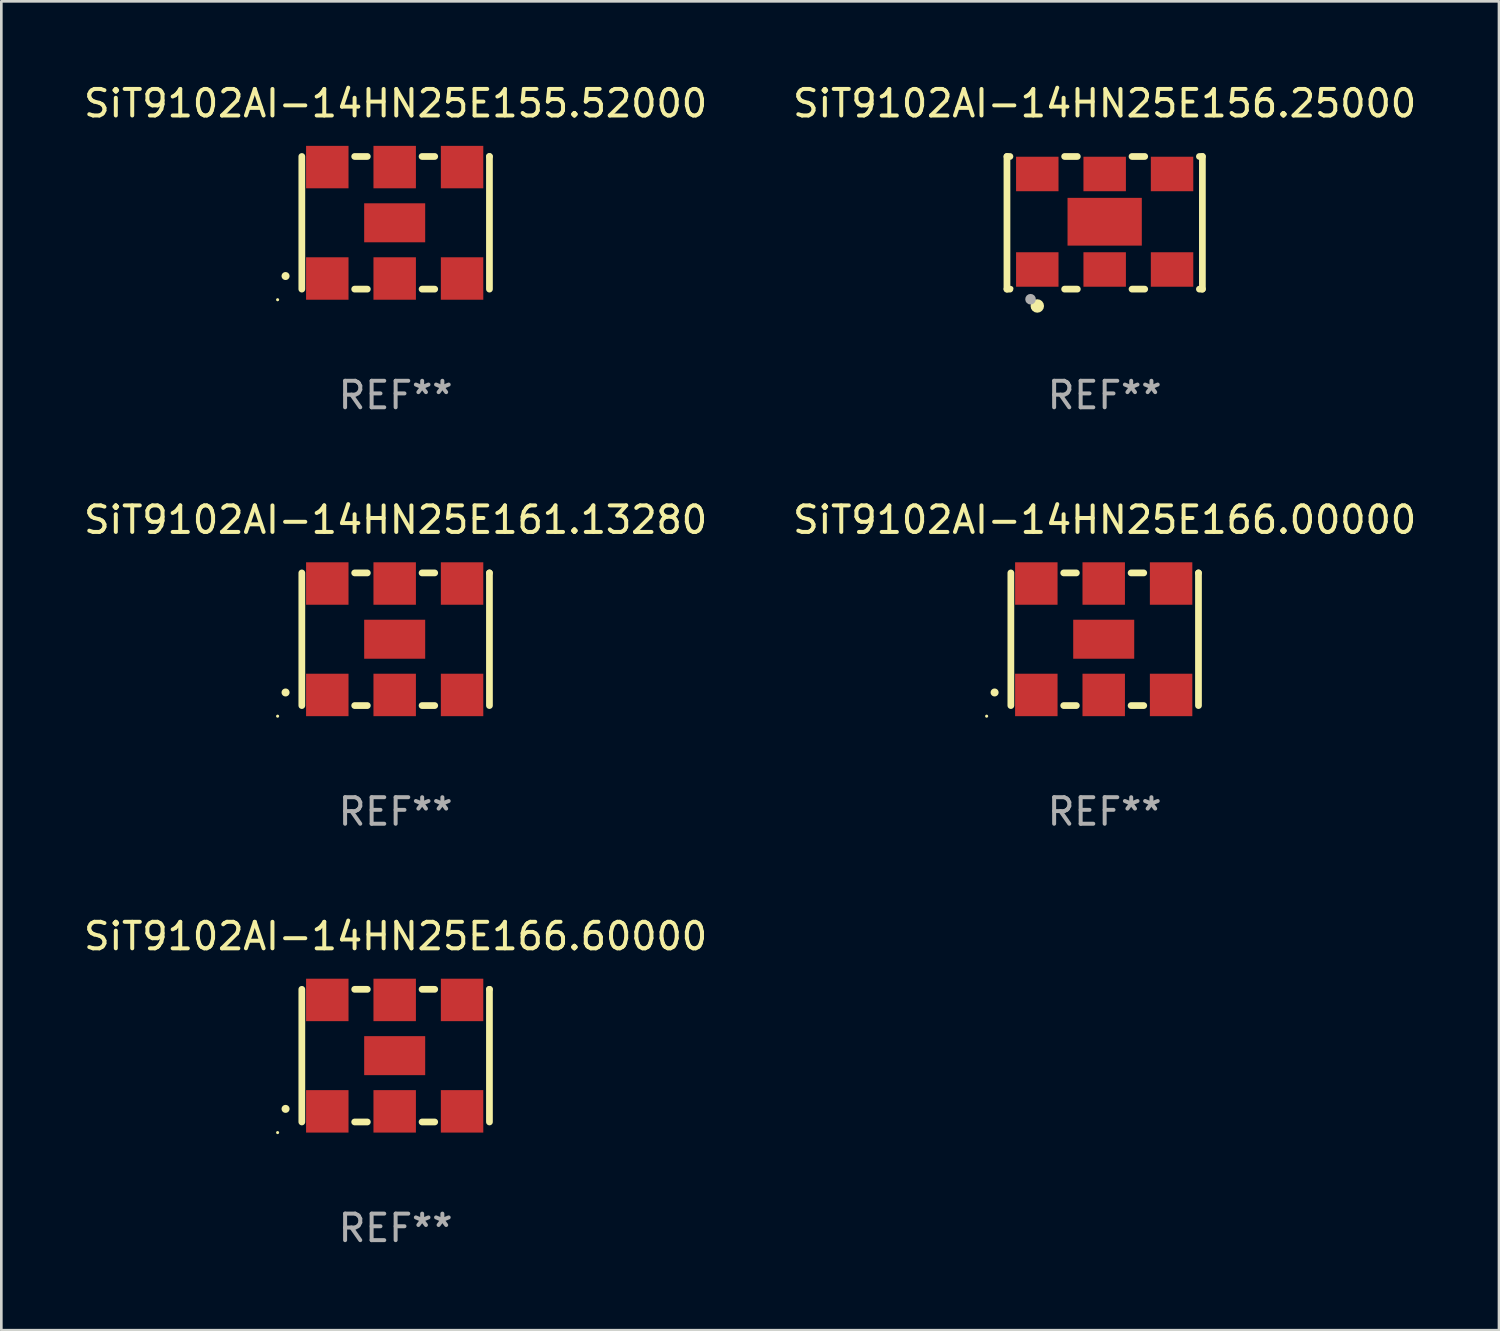
<source format=kicad_pcb>
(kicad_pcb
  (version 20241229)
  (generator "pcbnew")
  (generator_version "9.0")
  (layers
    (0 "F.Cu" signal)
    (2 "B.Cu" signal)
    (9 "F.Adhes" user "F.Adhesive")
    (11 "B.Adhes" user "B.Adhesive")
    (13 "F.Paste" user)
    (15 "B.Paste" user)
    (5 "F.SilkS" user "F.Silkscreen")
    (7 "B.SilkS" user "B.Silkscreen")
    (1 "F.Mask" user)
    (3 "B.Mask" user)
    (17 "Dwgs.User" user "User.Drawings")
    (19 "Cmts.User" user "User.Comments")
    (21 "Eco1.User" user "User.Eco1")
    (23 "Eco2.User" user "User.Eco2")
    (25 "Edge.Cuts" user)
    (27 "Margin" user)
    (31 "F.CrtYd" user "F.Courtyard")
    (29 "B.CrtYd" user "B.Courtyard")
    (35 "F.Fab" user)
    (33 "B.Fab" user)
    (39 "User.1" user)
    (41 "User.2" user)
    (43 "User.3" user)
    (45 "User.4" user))
  (footprint "SiT9102AI-14HN25E161.13280"
    (layer "F.Cu")
    (at 11.863 21.045)
    (property "Reference" "SiT9102AI-14HN25E161.13280" (at 0 -4.5 0) (layer "F.SilkS") (effects (font (size 1 1) (thickness 0.15))))
    (attr through_hole)
    (fp_line (start -3.536 -2.5) (end -3.536 2.5) (stroke (width 0.254) (type solid)) (layer "F.SilkS"))
    (fp_line (start -1.544 2.5) (end -1.067 2.5) (stroke (width 0.254) (type solid)) (layer "F.SilkS"))
    (fp_line (start -1.067 -2.5) (end -1.544 -2.5) (stroke (width 0.254) (type solid)) (layer "F.SilkS"))
    (fp_line (start 0.996 2.5) (end 1.473 2.5) (stroke (width 0.254) (type solid)) (layer "F.SilkS"))
    (fp_line (start 1.473 -2.5) (end 0.996 -2.5) (stroke (width 0.254) (type solid)) (layer "F.SilkS"))
    (fp_line (start 3.536 -2.5) (end 3.536 -2.5) (stroke (width 0.254) (type solid)) (layer "F.SilkS"))
    (fp_line (start 3.536 2.5) (end 3.536 -2.5) (stroke (width 0.254) (type solid)) (layer "F.SilkS"))
    (fp_arc (start -4.150432 2.006604) (mid -4.149162 2.006599) (end -4.147892 2.006604) (stroke (width 0.3) (type solid)) (layer "F.SilkS"))
    (fp_circle (center -4.449 2.9) (end -4.419 2.9) (stroke (width 0.06) (type solid)) (fill no) (layer "F.SilkS"))
    (fp_text user "REF**" (at 0 6.5 0) (layer "F.Fab") (effects (font (size 1 1) (thickness 0.15))))
    (pad "1" smd rect (at -2.576 2.1) (size 1.6 1.6) (layers "F.Cu" "F.Mask" "F.Paste"))
    (pad "2" smd rect (at -0.036 2.1) (size 1.6 1.6) (layers "F.Cu" "F.Mask" "F.Paste"))
    (pad "3" smd rect (at 2.504 2.1) (size 1.6 1.6) (layers "F.Cu" "F.Mask" "F.Paste"))
    (pad "4" smd rect (at 2.504 -2.1) (size 1.6 1.6) (layers "F.Cu" "F.Mask" "F.Paste"))
    (pad "5" smd rect (at -0.036 -2.1) (size 1.6 1.6) (layers "F.Cu" "F.Mask" "F.Paste"))
    (pad "6" smd rect (at -2.576 -2.1) (size 1.6 1.6) (layers "F.Cu" "F.Mask" "F.Paste"))
    (pad "7" smd rect (at -0.036 0) (size 2.3 1.47) (layers "F.Cu" "F.Mask" "F.Paste")))
  (footprint "SiT9102AI-14HN25E155.52000"
    (layer "F.Cu")
    (at 11.863 5.348)
    (property "Reference" "SiT9102AI-14HN25E155.52000" (at 0 -4.5 0) (layer "F.SilkS") (effects (font (size 1 1) (thickness 0.15))))
    (attr through_hole)
    (fp_line (start -3.536 -2.5) (end -3.536 2.5) (stroke (width 0.254) (type solid)) (layer "F.SilkS"))
    (fp_line (start -1.544 2.5) (end -1.067 2.5) (stroke (width 0.254) (type solid)) (layer "F.SilkS"))
    (fp_line (start -1.067 -2.5) (end -1.544 -2.5) (stroke (width 0.254) (type solid)) (layer "F.SilkS"))
    (fp_line (start 0.996 2.5) (end 1.473 2.5) (stroke (width 0.254) (type solid)) (layer "F.SilkS"))
    (fp_line (start 1.473 -2.5) (end 0.996 -2.5) (stroke (width 0.254) (type solid)) (layer "F.SilkS"))
    (fp_line (start 3.536 -2.5) (end 3.536 -2.5) (stroke (width 0.254) (type solid)) (layer "F.SilkS"))
    (fp_line (start 3.536 2.5) (end 3.536 -2.5) (stroke (width 0.254) (type solid)) (layer "F.SilkS"))
    (fp_arc (start -4.150432 2.006604) (mid -4.149162 2.006599) (end -4.147892 2.006604) (stroke (width 0.3) (type solid)) (layer "F.SilkS"))
    (fp_circle (center -4.449 2.9) (end -4.419 2.9) (stroke (width 0.06) (type solid)) (fill no) (layer "F.SilkS"))
    (fp_text user "REF**" (at 0 6.5 0) (layer "F.Fab") (effects (font (size 1 1) (thickness 0.15))))
    (pad "1" smd rect (at -2.576 2.1) (size 1.6 1.6) (layers "F.Cu" "F.Mask" "F.Paste"))
    (pad "2" smd rect (at -0.036 2.1) (size 1.6 1.6) (layers "F.Cu" "F.Mask" "F.Paste"))
    (pad "3" smd rect (at 2.504 2.1) (size 1.6 1.6) (layers "F.Cu" "F.Mask" "F.Paste"))
    (pad "4" smd rect (at 2.504 -2.1) (size 1.6 1.6) (layers "F.Cu" "F.Mask" "F.Paste"))
    (pad "5" smd rect (at -0.036 -2.1) (size 1.6 1.6) (layers "F.Cu" "F.Mask" "F.Paste"))
    (pad "6" smd rect (at -2.576 -2.1) (size 1.6 1.6) (layers "F.Cu" "F.Mask" "F.Paste"))
    (pad "7" smd rect (at -0.036 0) (size 2.3 1.47) (layers "F.Cu" "F.Mask" "F.Paste")))
  (footprint "SiT9102AI-14HN25E166.60000"
    (layer "F.Cu")
    (at 11.863 36.741)
    (property "Reference" "SiT9102AI-14HN25E166.60000" (at 0 -4.5 0) (layer "F.SilkS") (effects (font (size 1 1) (thickness 0.15))))
    (attr through_hole)
    (fp_line (start -3.536 -2.5) (end -3.536 2.5) (stroke (width 0.254) (type solid)) (layer "F.SilkS"))
    (fp_line (start -1.544 2.5) (end -1.067 2.5) (stroke (width 0.254) (type solid)) (layer "F.SilkS"))
    (fp_line (start -1.067 -2.5) (end -1.544 -2.5) (stroke (width 0.254) (type solid)) (layer "F.SilkS"))
    (fp_line (start 0.996 2.5) (end 1.473 2.5) (stroke (width 0.254) (type solid)) (layer "F.SilkS"))
    (fp_line (start 1.473 -2.5) (end 0.996 -2.5) (stroke (width 0.254) (type solid)) (layer "F.SilkS"))
    (fp_line (start 3.536 -2.5) (end 3.536 -2.5) (stroke (width 0.254) (type solid)) (layer "F.SilkS"))
    (fp_line (start 3.536 2.5) (end 3.536 -2.5) (stroke (width 0.254) (type solid)) (layer "F.SilkS"))
    (fp_arc (start -4.150432 2.006604) (mid -4.149162 2.006599) (end -4.147892 2.006604) (stroke (width 0.3) (type solid)) (layer "F.SilkS"))
    (fp_circle (center -4.449 2.9) (end -4.419 2.9) (stroke (width 0.06) (type solid)) (fill no) (layer "F.SilkS"))
    (fp_text user "REF**" (at 0 6.5 0) (layer "F.Fab") (effects (font (size 1 1) (thickness 0.15))))
    (pad "1" smd rect (at -2.576 2.1) (size 1.6 1.6) (layers "F.Cu" "F.Mask" "F.Paste"))
    (pad "2" smd rect (at -0.036 2.1) (size 1.6 1.6) (layers "F.Cu" "F.Mask" "F.Paste"))
    (pad "3" smd rect (at 2.504 2.1) (size 1.6 1.6) (layers "F.Cu" "F.Mask" "F.Paste"))
    (pad "4" smd rect (at 2.504 -2.1) (size 1.6 1.6) (layers "F.Cu" "F.Mask" "F.Paste"))
    (pad "5" smd rect (at -0.036 -2.1) (size 1.6 1.6) (layers "F.Cu" "F.Mask" "F.Paste"))
    (pad "6" smd rect (at -2.576 -2.1) (size 1.6 1.6) (layers "F.Cu" "F.Mask" "F.Paste"))
    (pad "7" smd rect (at -0.036 0) (size 2.3 1.47) (layers "F.Cu" "F.Mask" "F.Paste")))
  (footprint "SiT9102AI-14HN25E166.00000"
    (layer "F.Cu")
    (at 38.589 21.045)
    (property "Reference" "SiT9102AI-14HN25E166.00000" (at 0 -4.5 0) (layer "F.SilkS") (effects (font (size 1 1) (thickness 0.15))))
    (attr through_hole)
    (fp_line (start -3.536 -2.5) (end -3.536 2.5) (stroke (width 0.254) (type solid)) (layer "F.SilkS"))
    (fp_line (start -1.544 2.5) (end -1.067 2.5) (stroke (width 0.254) (type solid)) (layer "F.SilkS"))
    (fp_line (start -1.067 -2.5) (end -1.544 -2.5) (stroke (width 0.254) (type solid)) (layer "F.SilkS"))
    (fp_line (start 0.996 2.5) (end 1.473 2.5) (stroke (width 0.254) (type solid)) (layer "F.SilkS"))
    (fp_line (start 1.473 -2.5) (end 0.996 -2.5) (stroke (width 0.254) (type solid)) (layer "F.SilkS"))
    (fp_line (start 3.536 -2.5) (end 3.536 -2.5) (stroke (width 0.254) (type solid)) (layer "F.SilkS"))
    (fp_line (start 3.536 2.5) (end 3.536 -2.5) (stroke (width 0.254) (type solid)) (layer "F.SilkS"))
    (fp_arc (start -4.150432 2.006604) (mid -4.149162 2.006599) (end -4.147892 2.006604) (stroke (width 0.3) (type solid)) (layer "F.SilkS"))
    (fp_circle (center -4.449 2.9) (end -4.419 2.9) (stroke (width 0.06) (type solid)) (fill no) (layer "F.SilkS"))
    (fp_text user "REF**" (at 0 6.5 0) (layer "F.Fab") (effects (font (size 1 1) (thickness 0.15))))
    (pad "1" smd rect (at -2.576 2.1) (size 1.6 1.6) (layers "F.Cu" "F.Mask" "F.Paste"))
    (pad "2" smd rect (at -0.036 2.1) (size 1.6 1.6) (layers "F.Cu" "F.Mask" "F.Paste"))
    (pad "3" smd rect (at 2.504 2.1) (size 1.6 1.6) (layers "F.Cu" "F.Mask" "F.Paste"))
    (pad "4" smd rect (at 2.504 -2.1) (size 1.6 1.6) (layers "F.Cu" "F.Mask" "F.Paste"))
    (pad "5" smd rect (at -0.036 -2.1) (size 1.6 1.6) (layers "F.Cu" "F.Mask" "F.Paste"))
    (pad "6" smd rect (at -2.576 -2.1) (size 1.6 1.6) (layers "F.Cu" "F.Mask" "F.Paste"))
    (pad "7" smd rect (at -0.036 0) (size 2.3 1.47) (layers "F.Cu" "F.Mask" "F.Paste")))
  (footprint "SiT9102AI-14HN25E156.25000"
    (layer "F.Cu")
    (at 38.589 5.348)
    (property "Reference" "SiT9102AI-14HN25E156.25000" (at 0 -4.5 0) (layer "F.SilkS") (effects (font (size 1 1) (thickness 0.15))))
    (attr through_hole)
    (fp_line (start -3.683 -2.5) (end -3.571 -2.5) (stroke (width 0.254) (type solid)) (layer "F.SilkS"))
    (fp_line (start -3.683 2.5) (end -3.683 -2.5) (stroke (width 0.254) (type solid)) (layer "F.SilkS"))
    (fp_line (start -3.683 2.5) (end -3.571 2.5) (stroke (width 0.254) (type solid)) (layer "F.SilkS"))
    (fp_line (start -1.509 -2.5) (end -1.031 -2.5) (stroke (width 0.254) (type solid)) (layer "F.SilkS"))
    (fp_line (start -1.509 2.5) (end -1.031 2.5) (stroke (width 0.254) (type solid)) (layer "F.SilkS"))
    (fp_line (start 1.031 -2.5) (end 1.509 -2.5) (stroke (width 0.254) (type solid)) (layer "F.SilkS"))
    (fp_line (start 1.031 2.5) (end 1.509 2.5) (stroke (width 0.254) (type solid)) (layer "F.SilkS"))
    (fp_line (start 3.571 -2.5) (end 3.683 -2.5) (stroke (width 0.254) (type solid)) (layer "F.SilkS"))
    (fp_line (start 3.571 2.5) (end 3.683 2.5) (stroke (width 0.254) (type solid)) (layer "F.SilkS"))
    (fp_line (start 3.683 2.5) (end 3.683 -2.5) (stroke (width 0.254) (type solid)) (layer "F.SilkS"))
    (fp_circle (center -3.5 2.46) (end -3.47 2.46) (stroke (width 0.06) (type solid)) (fill no) (layer "F.SilkS"))
    (fp_circle (center -2.54 3.135) (end -2.413 3.135) (stroke (width 0.254) (type solid)) (fill no) (layer "F.SilkS"))
    (fp_circle (center -2.794 2.881) (end -2.694 2.881) (stroke (width 0.2) (type solid)) (fill no) (layer "F.Fab"))
    (fp_text user "REF**" (at 0 6.5 0) (layer "F.Fab") (effects (font (size 1 1) (thickness 0.15))))
    (pad "1" smd rect (at -2.54 1.76) (size 1.6 1.3) (layers "F.Cu" "F.Mask" "F.Paste"))
    (pad "2" smd rect (at 0 1.76) (size 1.6 1.3) (layers "F.Cu" "F.Mask" "F.Paste"))
    (pad "3" smd rect (at 2.54 1.76) (size 1.6 1.3) (layers "F.Cu" "F.Mask" "F.Paste"))
    (pad "4" smd rect (at 2.54 -1.84) (size 1.6 1.3) (layers "F.Cu" "F.Mask" "F.Paste"))
    (pad "5" smd rect (at 0 -1.84) (size 1.6 1.3) (layers "F.Cu" "F.Mask" "F.Paste"))
    (pad "6" smd rect (at -2.54 -1.84) (size 1.6 1.3) (layers "F.Cu" "F.Mask" "F.Paste"))
    (pad "7" smd rect (at 0 -0.04) (size 2.8 1.8) (layers "F.Cu" "F.Mask" "F.Paste")))
  (gr_rect
    (start -3 -3)
    (end 53.452 47.09)
    (stroke (width 0.1) (type default))
    (fill no)
    (layer "Edge.Cuts")))
</source>
